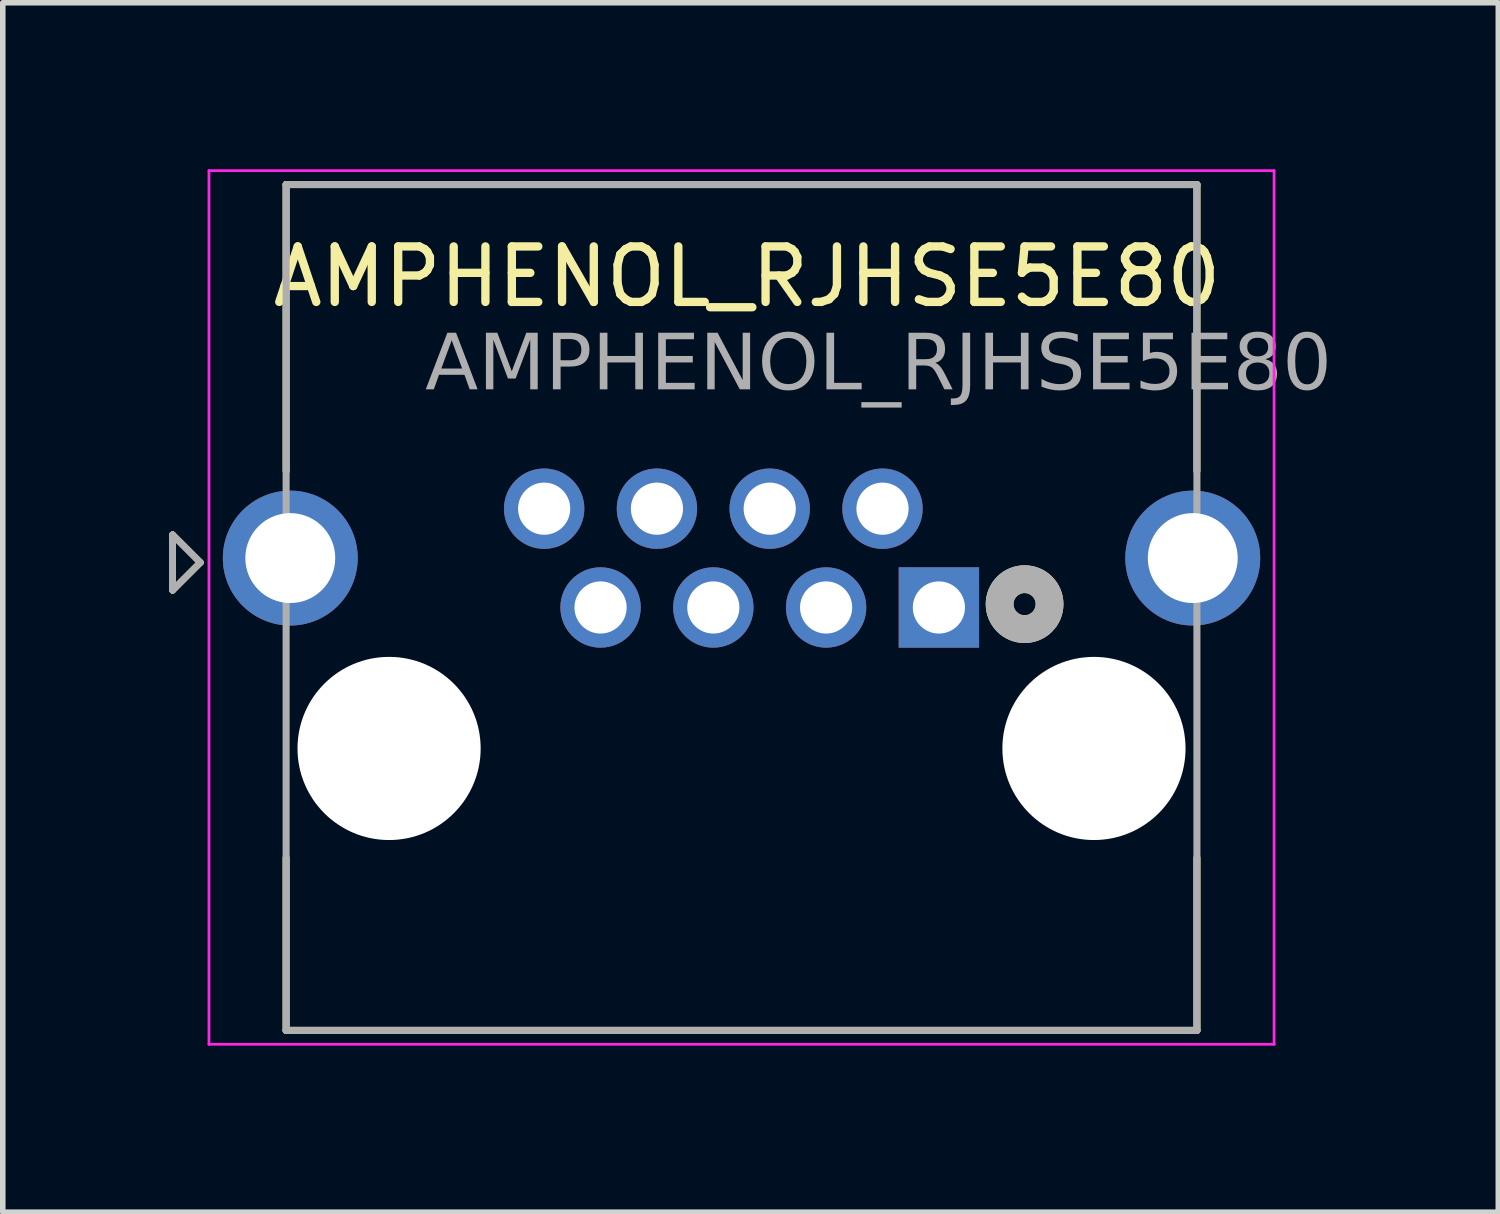
<source format=kicad_pcb>
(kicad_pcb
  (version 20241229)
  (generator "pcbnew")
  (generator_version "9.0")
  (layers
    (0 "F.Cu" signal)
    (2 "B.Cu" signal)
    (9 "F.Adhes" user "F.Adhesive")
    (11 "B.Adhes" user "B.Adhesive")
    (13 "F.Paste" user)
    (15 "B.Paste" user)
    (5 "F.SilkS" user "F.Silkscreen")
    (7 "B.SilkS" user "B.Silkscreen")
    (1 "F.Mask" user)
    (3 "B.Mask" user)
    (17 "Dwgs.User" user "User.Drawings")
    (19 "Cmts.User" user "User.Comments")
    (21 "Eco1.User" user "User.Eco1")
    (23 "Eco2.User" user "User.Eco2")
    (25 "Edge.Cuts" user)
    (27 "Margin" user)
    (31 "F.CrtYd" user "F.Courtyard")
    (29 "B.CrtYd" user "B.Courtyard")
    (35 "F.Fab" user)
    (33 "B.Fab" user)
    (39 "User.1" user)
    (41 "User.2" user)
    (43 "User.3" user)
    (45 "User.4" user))
  (footprint "AMPHENOL_RJHSE5E80"
    (layer "F.Cu")
    (at 10.31 10.435)
    (property "Reference" "AMPHENOL_RJHSE5E80" (at 0.1 -8.5 0) (layer "F.SilkS") (effects (font (size 1 1) (thickness 0.15))))
    (attr through_hole)
    (fp_line (start -10.25 -3.85) (end -9.75 -3.35) (stroke (width 0.12) (type solid)) (layer "F.SilkS"))
    (fp_line (start -10.25 -2.85) (end -10.25 -3.85) (stroke (width 0.12) (type solid)) (layer "F.SilkS"))
    (fp_line (start -9.75 -3.35) (end -10.25 -2.85) (stroke (width 0.12) (type solid)) (layer "F.SilkS"))
    (fp_line (start -8.205 -10.16) (end 8.205 -10.16) (stroke (width 0.127) (type solid)) (layer "F.SilkS"))
    (fp_line (start -8.205 -5) (end -8.205 -10.16) (stroke (width 0.127) (type solid)) (layer "F.SilkS"))
    (fp_line (start -8.205 1.97) (end -8.205 5.08) (stroke (width 0.127) (type solid)) (layer "F.SilkS"))
    (fp_line (start -8.205 5.08) (end 8.205 5.08) (stroke (width 0.127) (type solid)) (layer "F.SilkS"))
    (fp_line (start 8.205 -10.16) (end 8.205 -5) (stroke (width 0.127) (type solid)) (layer "F.SilkS"))
    (fp_line (start 8.205 5.08) (end 8.205 1.97) (stroke (width 0.127) (type solid)) (layer "F.SilkS"))
    (fp_circle (center 5.1 -2.6) (end 5.3 -2.6) (stroke (width 0.5) (type default)) (fill no) (layer "F.SilkS"))
    (fp_line (start -9.595 -10.41) (end -9.595 5.33) (stroke (width 0.05) (type solid)) (layer "F.CrtYd"))
    (fp_line (start -9.595 5.33) (end 9.595 5.33) (stroke (width 0.05) (type solid)) (layer "F.CrtYd"))
    (fp_line (start 9.595 -10.41) (end -9.595 -10.41) (stroke (width 0.05) (type solid)) (layer "F.CrtYd"))
    (fp_line (start 9.595 5.33) (end 9.595 -10.41) (stroke (width 0.05) (type solid)) (layer "F.CrtYd"))
    (fp_line (start -10.25 -3.85) (end -9.75 -3.35) (stroke (width 0.12) (type solid)) (layer "F.Fab"))
    (fp_line (start -10.25 -2.85) (end -10.25 -3.85) (stroke (width 0.12) (type solid)) (layer "F.Fab"))
    (fp_line (start -9.75 -3.35) (end -10.25 -2.85) (stroke (width 0.12) (type solid)) (layer "F.Fab"))
    (fp_line (start -8.205 -10.16) (end -8.205 5.08) (stroke (width 0.127) (type solid)) (layer "F.Fab"))
    (fp_line (start -8.205 5.08) (end 8.205 5.08) (stroke (width 0.127) (type solid)) (layer "F.Fab"))
    (fp_line (start 8.205 -10.16) (end -8.205 -10.16) (stroke (width 0.127) (type solid)) (layer "F.Fab"))
    (fp_line (start 8.205 5.08) (end 8.205 -10.16) (stroke (width 0.127) (type solid)) (layer "F.Fab"))
    (fp_circle (center 5.1 -2.6) (end 5.3 -2.6) (stroke (width 0.5) (type default)) (fill no) (layer "F.Fab"))
    (fp_text user "${REFERENCE}" (at -5.7 -6.3 0) (unlocked yes) (layer "F.Fab") (effects (font (face "Arial") (size 1 1) (thickness 0.15)) (justify left bottom)))
    (pad "" np_thru_hole circle (at -6.35 0) (size 3.3 3.3) (drill 3.3) (layers "*.Cu" "*.Mask"))
    (pad "" np_thru_hole circle (at 6.35 0) (size 3.3 3.3) (drill 3.3) (layers "*.Cu" "*.Mask"))
    (pad "1" thru_hole rect (at 3.556 -2.54) (size 1.448 1.448) (drill 0.94) (layers "*.Cu" "*.Mask"))
    (pad "2" thru_hole circle (at 2.54 -4.32) (size 1.448 1.448) (drill 0.94) (layers "*.Cu" "*.Mask"))
    (pad "3" thru_hole circle (at 1.524 -2.54) (size 1.448 1.448) (drill 0.94) (layers "*.Cu" "*.Mask"))
    (pad "4" thru_hole circle (at 0.508 -4.32) (size 1.448 1.448) (drill 0.94) (layers "*.Cu" "*.Mask"))
    (pad "5" thru_hole circle (at -0.508 -2.54) (size 1.448 1.448) (drill 0.94) (layers "*.Cu" "*.Mask"))
    (pad "6" thru_hole circle (at -1.524 -4.32) (size 1.448 1.448) (drill 0.94) (layers "*.Cu" "*.Mask"))
    (pad "7" thru_hole circle (at -2.54 -2.54) (size 1.448 1.448) (drill 0.94) (layers "*.Cu" "*.Mask"))
    (pad "8" thru_hole circle (at -3.556 -4.32) (size 1.448 1.448) (drill 0.94) (layers "*.Cu" "*.Mask"))
    (pad "S1" thru_hole circle (at -8.13 -3.43) (size 2.43 2.43) (drill 1.62) (layers "*.Cu" "*.Mask"))
    (pad "S2" thru_hole circle (at 8.13 -3.43) (size 2.43 2.43) (drill 1.62) (layers "*.Cu" "*.Mask")))
  (gr_rect
    (start -3 -3)
    (end 23.945 18.79)
    (stroke (width 0.1) (type default))
    (fill no)
    (layer "Edge.Cuts")))
</source>
